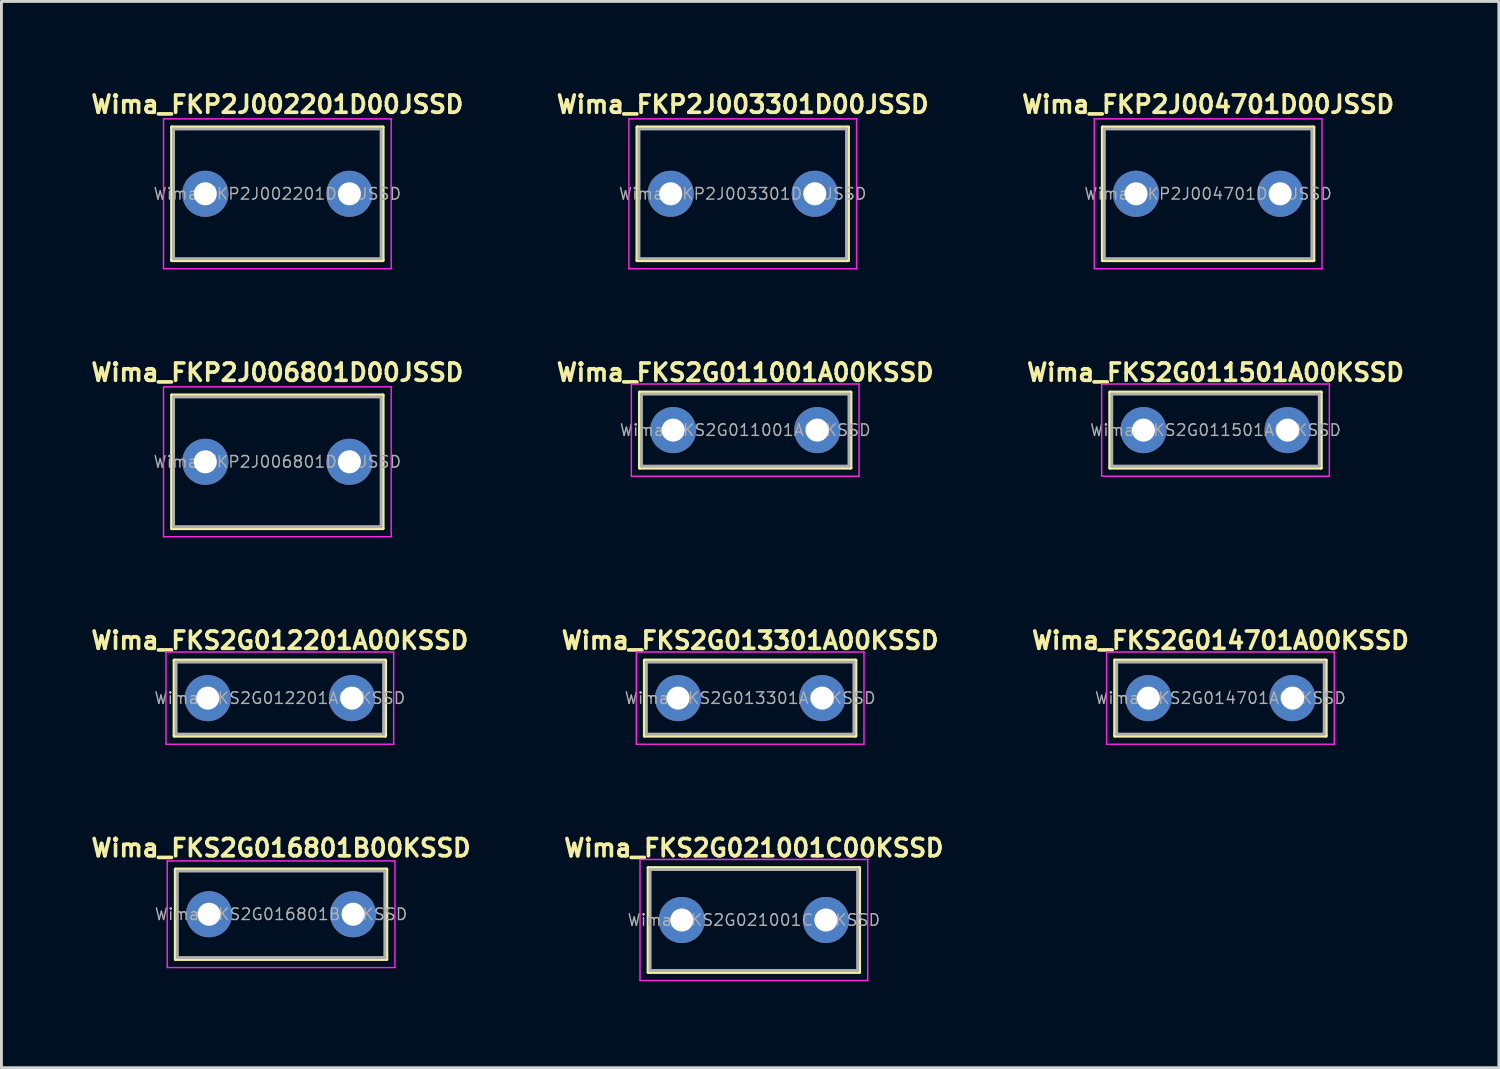
<source format=kicad_pcb>
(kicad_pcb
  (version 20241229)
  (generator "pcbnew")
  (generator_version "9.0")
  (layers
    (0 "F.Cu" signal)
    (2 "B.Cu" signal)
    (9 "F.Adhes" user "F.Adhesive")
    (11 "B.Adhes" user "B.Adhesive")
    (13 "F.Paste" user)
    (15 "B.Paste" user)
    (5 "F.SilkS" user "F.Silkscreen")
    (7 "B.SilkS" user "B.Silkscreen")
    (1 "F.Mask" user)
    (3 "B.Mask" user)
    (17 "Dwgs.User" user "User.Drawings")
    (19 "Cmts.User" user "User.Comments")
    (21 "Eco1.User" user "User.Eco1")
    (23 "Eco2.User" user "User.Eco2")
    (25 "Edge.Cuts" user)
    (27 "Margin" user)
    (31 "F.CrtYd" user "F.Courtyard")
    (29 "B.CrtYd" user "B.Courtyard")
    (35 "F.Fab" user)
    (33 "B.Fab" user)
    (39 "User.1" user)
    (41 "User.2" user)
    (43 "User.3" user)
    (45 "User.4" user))
  (footprint "Wima_FKS2G021001C00KSSD"
    (layer "F.Cu")
    (at 23.106 28.871)
    (property "Reference" "Wima_FKS2G021001C00KSSD" (at 0 -2.5 0) (layer "F.SilkS") (effects (font (size 0.6 0.6) (thickness 0.127))))
    (attr through_hole)
    (fp_line (start -3.66 -1.81) (end -3.66 1.81) (stroke (width 0.12) (type solid)) (layer "F.SilkS"))
    (fp_line (start -3.66 -1.81) (end 3.66 -1.81) (stroke (width 0.12) (type solid)) (layer "F.SilkS"))
    (fp_line (start -3.66 1.81) (end 3.66 1.81) (stroke (width 0.12) (type solid)) (layer "F.SilkS"))
    (fp_line (start 3.66 -1.81) (end 3.66 1.81) (stroke (width 0.12) (type solid)) (layer "F.SilkS"))
    (fp_line (start -3.95 -2.1) (end -3.95 2.1) (stroke (width 0.05) (type solid)) (layer "F.CrtYd"))
    (fp_line (start -3.95 2.1) (end 3.95 2.1) (stroke (width 0.05) (type solid)) (layer "F.CrtYd"))
    (fp_line (start 3.95 -2.1) (end -3.95 -2.1) (stroke (width 0.05) (type solid)) (layer "F.CrtYd"))
    (fp_line (start 3.95 2.1) (end 3.95 -2.1) (stroke (width 0.05) (type solid)) (layer "F.CrtYd"))
    (fp_line (start -3.6 -1.75) (end -3.6 1.75) (stroke (width 0.1) (type solid)) (layer "F.Fab"))
    (fp_line (start -3.6 1.75) (end 3.6 1.75) (stroke (width 0.1) (type solid)) (layer "F.Fab"))
    (fp_line (start 3.6 -1.75) (end -3.6 -1.75) (stroke (width 0.1) (type solid)) (layer "F.Fab"))
    (fp_line (start 3.6 1.75) (end 3.6 -1.75) (stroke (width 0.1) (type solid)) (layer "F.Fab"))
    (fp_text user "${REFERENCE}" (at 0 0 0) (layer "F.Fab") (effects (font (size 0.4 0.4) (thickness 0.05))))
    (pad "1" thru_hole circle (at -2.5 0) (size 1.6 1.6) (drill 0.8) (layers "*.Cu" "*.Mask"))
    (pad "2" thru_hole circle (at 2.5 0) (size 1.6 1.6) (drill 0.8) (layers "*.Cu" "*.Mask")))
  (footprint "Wima_FKS2G013301A00KSSD"
    (layer "F.Cu")
    (at 22.977 21.172)
    (property "Reference" "Wima_FKS2G013301A00KSSD" (at 0 -2 0) (layer "F.SilkS") (effects (font (size 0.6 0.6) (thickness 0.127))))
    (attr through_hole)
    (fp_line (start -3.66 -1.31) (end -3.66 1.31) (stroke (width 0.12) (type solid)) (layer "F.SilkS"))
    (fp_line (start -3.66 -1.31) (end 3.66 -1.31) (stroke (width 0.12) (type solid)) (layer "F.SilkS"))
    (fp_line (start -3.66 1.31) (end 3.66 1.31) (stroke (width 0.12) (type solid)) (layer "F.SilkS"))
    (fp_line (start 3.66 -1.31) (end 3.66 1.31) (stroke (width 0.12) (type solid)) (layer "F.SilkS"))
    (fp_line (start -3.95 -1.6) (end -3.95 1.6) (stroke (width 0.05) (type solid)) (layer "F.CrtYd"))
    (fp_line (start -3.95 1.6) (end 3.95 1.6) (stroke (width 0.05) (type solid)) (layer "F.CrtYd"))
    (fp_line (start 3.95 -1.6) (end -3.95 -1.6) (stroke (width 0.05) (type solid)) (layer "F.CrtYd"))
    (fp_line (start 3.95 1.6) (end 3.95 -1.6) (stroke (width 0.05) (type solid)) (layer "F.CrtYd"))
    (fp_line (start -3.6 -1.25) (end -3.6 1.25) (stroke (width 0.1) (type solid)) (layer "F.Fab"))
    (fp_line (start -3.6 1.25) (end 3.6 1.25) (stroke (width 0.1) (type solid)) (layer "F.Fab"))
    (fp_line (start 3.6 -1.25) (end -3.6 -1.25) (stroke (width 0.1) (type solid)) (layer "F.Fab"))
    (fp_line (start 3.6 1.25) (end 3.6 -1.25) (stroke (width 0.1) (type solid)) (layer "F.Fab"))
    (fp_text user "${REFERENCE}" (at 0 0 0) (layer "F.Fab") (effects (font (size 0.4 0.4) (thickness 0.05))))
    (pad "1" thru_hole circle (at -2.5 0) (size 1.6 1.6) (drill 0.8) (layers "*.Cu" "*.Mask"))
    (pad "2" thru_hole circle (at 2.5 0) (size 1.6 1.6) (drill 0.8) (layers "*.Cu" "*.Mask")))
  (footprint "Wima_FKP2J003301D00JSSD"
    (layer "F.Cu")
    (at 22.72 3.674)
    (property "Reference" "Wima_FKP2J003301D00JSSD" (at 0 -3.1 0) (layer "F.SilkS") (effects (font (size 0.6 0.6) (thickness 0.127))))
    (attr through_hole)
    (fp_line (start -3.66 -2.31) (end -3.66 2.31) (stroke (width 0.12) (type solid)) (layer "F.SilkS"))
    (fp_line (start -3.66 -2.31) (end 3.66 -2.31) (stroke (width 0.12) (type solid)) (layer "F.SilkS"))
    (fp_line (start -3.66 2.31) (end 3.66 2.31) (stroke (width 0.12) (type solid)) (layer "F.SilkS"))
    (fp_line (start 3.66 -2.31) (end 3.66 2.31) (stroke (width 0.12) (type solid)) (layer "F.SilkS"))
    (fp_line (start -3.95 -2.6) (end -3.95 2.6) (stroke (width 0.05) (type solid)) (layer "F.CrtYd"))
    (fp_line (start -3.95 2.6) (end 3.95 2.6) (stroke (width 0.05) (type solid)) (layer "F.CrtYd"))
    (fp_line (start 3.95 -2.6) (end -3.95 -2.6) (stroke (width 0.05) (type solid)) (layer "F.CrtYd"))
    (fp_line (start 3.95 2.6) (end 3.95 -2.6) (stroke (width 0.05) (type solid)) (layer "F.CrtYd"))
    (fp_line (start -3.6 -2.25) (end -3.6 2.25) (stroke (width 0.1) (type solid)) (layer "F.Fab"))
    (fp_line (start -3.6 2.25) (end 3.6 2.25) (stroke (width 0.1) (type solid)) (layer "F.Fab"))
    (fp_line (start 3.6 -2.25) (end -3.6 -2.25) (stroke (width 0.1) (type solid)) (layer "F.Fab"))
    (fp_line (start 3.6 2.25) (end 3.6 -2.25) (stroke (width 0.1) (type solid)) (layer "F.Fab"))
    (fp_text user "${REFERENCE}" (at 0 0 0) (layer "F.Fab") (effects (font (size 0.4 0.4) (thickness 0.05))))
    (pad "1" thru_hole circle (at -2.5 0) (size 1.6 1.6) (drill 0.8) (layers "*.Cu" "*.Mask"))
    (pad "2" thru_hole circle (at 2.5 0) (size 1.6 1.6) (drill 0.8) (layers "*.Cu" "*.Mask")))
  (footprint "Wima_FKS2G014701A00KSSD"
    (layer "F.Cu")
    (at 39.295 21.172)
    (property "Reference" "Wima_FKS2G014701A00KSSD" (at 0 -2 0) (layer "F.SilkS") (effects (font (size 0.6 0.6) (thickness 0.127))))
    (attr through_hole)
    (fp_line (start -3.66 -1.31) (end -3.66 1.31) (stroke (width 0.12) (type solid)) (layer "F.SilkS"))
    (fp_line (start -3.66 -1.31) (end 3.66 -1.31) (stroke (width 0.12) (type solid)) (layer "F.SilkS"))
    (fp_line (start -3.66 1.31) (end 3.66 1.31) (stroke (width 0.12) (type solid)) (layer "F.SilkS"))
    (fp_line (start 3.66 -1.31) (end 3.66 1.31) (stroke (width 0.12) (type solid)) (layer "F.SilkS"))
    (fp_line (start -3.95 -1.6) (end -3.95 1.6) (stroke (width 0.05) (type solid)) (layer "F.CrtYd"))
    (fp_line (start -3.95 1.6) (end 3.95 1.6) (stroke (width 0.05) (type solid)) (layer "F.CrtYd"))
    (fp_line (start 3.95 -1.6) (end -3.95 -1.6) (stroke (width 0.05) (type solid)) (layer "F.CrtYd"))
    (fp_line (start 3.95 1.6) (end 3.95 -1.6) (stroke (width 0.05) (type solid)) (layer "F.CrtYd"))
    (fp_line (start -3.6 -1.25) (end -3.6 1.25) (stroke (width 0.1) (type solid)) (layer "F.Fab"))
    (fp_line (start -3.6 1.25) (end 3.6 1.25) (stroke (width 0.1) (type solid)) (layer "F.Fab"))
    (fp_line (start 3.6 -1.25) (end -3.6 -1.25) (stroke (width 0.1) (type solid)) (layer "F.Fab"))
    (fp_line (start 3.6 1.25) (end 3.6 -1.25) (stroke (width 0.1) (type solid)) (layer "F.Fab"))
    (fp_text user "${REFERENCE}" (at 0 0 0) (layer "F.Fab") (effects (font (size 0.4 0.4) (thickness 0.05))))
    (pad "1" thru_hole circle (at -2.5 0) (size 1.6 1.6) (drill 0.8) (layers "*.Cu" "*.Mask"))
    (pad "2" thru_hole circle (at 2.5 0) (size 1.6 1.6) (drill 0.8) (layers "*.Cu" "*.Mask")))
  (footprint "Wima_FKS2G011001A00KSSD"
    (layer "F.Cu")
    (at 22.806 11.873)
    (property "Reference" "Wima_FKS2G011001A00KSSD" (at 0 -2 0) (layer "F.SilkS") (effects (font (size 0.6 0.6) (thickness 0.127))))
    (attr through_hole)
    (fp_line (start -3.66 -1.31) (end -3.66 1.31) (stroke (width 0.12) (type solid)) (layer "F.SilkS"))
    (fp_line (start -3.66 -1.31) (end 3.66 -1.31) (stroke (width 0.12) (type solid)) (layer "F.SilkS"))
    (fp_line (start -3.66 1.31) (end 3.66 1.31) (stroke (width 0.12) (type solid)) (layer "F.SilkS"))
    (fp_line (start 3.66 -1.31) (end 3.66 1.31) (stroke (width 0.12) (type solid)) (layer "F.SilkS"))
    (fp_line (start -3.95 -1.6) (end -3.95 1.6) (stroke (width 0.05) (type solid)) (layer "F.CrtYd"))
    (fp_line (start -3.95 1.6) (end 3.95 1.6) (stroke (width 0.05) (type solid)) (layer "F.CrtYd"))
    (fp_line (start 3.95 -1.6) (end -3.95 -1.6) (stroke (width 0.05) (type solid)) (layer "F.CrtYd"))
    (fp_line (start 3.95 1.6) (end 3.95 -1.6) (stroke (width 0.05) (type solid)) (layer "F.CrtYd"))
    (fp_line (start -3.6 -1.25) (end -3.6 1.25) (stroke (width 0.1) (type solid)) (layer "F.Fab"))
    (fp_line (start -3.6 1.25) (end 3.6 1.25) (stroke (width 0.1) (type solid)) (layer "F.Fab"))
    (fp_line (start 3.6 -1.25) (end -3.6 -1.25) (stroke (width 0.1) (type solid)) (layer "F.Fab"))
    (fp_line (start 3.6 1.25) (end 3.6 -1.25) (stroke (width 0.1) (type solid)) (layer "F.Fab"))
    (fp_text user "${REFERENCE}" (at 0 0 0) (layer "F.Fab") (effects (font (size 0.4 0.4) (thickness 0.05))))
    (pad "1" thru_hole circle (at -2.5 0) (size 1.6 1.6) (drill 0.8) (layers "*.Cu" "*.Mask"))
    (pad "2" thru_hole circle (at 2.5 0) (size 1.6 1.6) (drill 0.8) (layers "*.Cu" "*.Mask")))
  (footprint "Wima_FKS2G011501A00KSSD"
    (layer "F.Cu")
    (at 39.124 11.873)
    (property "Reference" "Wima_FKS2G011501A00KSSD" (at 0 -2 0) (layer "F.SilkS") (effects (font (size 0.6 0.6) (thickness 0.127))))
    (attr through_hole)
    (fp_line (start -3.66 -1.31) (end -3.66 1.31) (stroke (width 0.12) (type solid)) (layer "F.SilkS"))
    (fp_line (start -3.66 -1.31) (end 3.66 -1.31) (stroke (width 0.12) (type solid)) (layer "F.SilkS"))
    (fp_line (start -3.66 1.31) (end 3.66 1.31) (stroke (width 0.12) (type solid)) (layer "F.SilkS"))
    (fp_line (start 3.66 -1.31) (end 3.66 1.31) (stroke (width 0.12) (type solid)) (layer "F.SilkS"))
    (fp_line (start -3.95 -1.6) (end -3.95 1.6) (stroke (width 0.05) (type solid)) (layer "F.CrtYd"))
    (fp_line (start -3.95 1.6) (end 3.95 1.6) (stroke (width 0.05) (type solid)) (layer "F.CrtYd"))
    (fp_line (start 3.95 -1.6) (end -3.95 -1.6) (stroke (width 0.05) (type solid)) (layer "F.CrtYd"))
    (fp_line (start 3.95 1.6) (end 3.95 -1.6) (stroke (width 0.05) (type solid)) (layer "F.CrtYd"))
    (fp_line (start -3.6 -1.25) (end -3.6 1.25) (stroke (width 0.1) (type solid)) (layer "F.Fab"))
    (fp_line (start -3.6 1.25) (end 3.6 1.25) (stroke (width 0.1) (type solid)) (layer "F.Fab"))
    (fp_line (start 3.6 -1.25) (end -3.6 -1.25) (stroke (width 0.1) (type solid)) (layer "F.Fab"))
    (fp_line (start 3.6 1.25) (end 3.6 -1.25) (stroke (width 0.1) (type solid)) (layer "F.Fab"))
    (fp_text user "${REFERENCE}" (at 0 0 0) (layer "F.Fab") (effects (font (size 0.4 0.4) (thickness 0.05))))
    (pad "1" thru_hole circle (at -2.5 0) (size 1.6 1.6) (drill 0.8) (layers "*.Cu" "*.Mask"))
    (pad "2" thru_hole circle (at 2.5 0) (size 1.6 1.6) (drill 0.8) (layers "*.Cu" "*.Mask")))
  (footprint "Wima_FKS2G012201A00KSSD"
    (layer "F.Cu")
    (at 6.659 21.172)
    (property "Reference" "Wima_FKS2G012201A00KSSD" (at 0 -2 0) (layer "F.SilkS") (effects (font (size 0.6 0.6) (thickness 0.127))))
    (attr through_hole)
    (fp_line (start -3.66 -1.31) (end -3.66 1.31) (stroke (width 0.12) (type solid)) (layer "F.SilkS"))
    (fp_line (start -3.66 -1.31) (end 3.66 -1.31) (stroke (width 0.12) (type solid)) (layer "F.SilkS"))
    (fp_line (start -3.66 1.31) (end 3.66 1.31) (stroke (width 0.12) (type solid)) (layer "F.SilkS"))
    (fp_line (start 3.66 -1.31) (end 3.66 1.31) (stroke (width 0.12) (type solid)) (layer "F.SilkS"))
    (fp_line (start -3.95 -1.6) (end -3.95 1.6) (stroke (width 0.05) (type solid)) (layer "F.CrtYd"))
    (fp_line (start -3.95 1.6) (end 3.95 1.6) (stroke (width 0.05) (type solid)) (layer "F.CrtYd"))
    (fp_line (start 3.95 -1.6) (end -3.95 -1.6) (stroke (width 0.05) (type solid)) (layer "F.CrtYd"))
    (fp_line (start 3.95 1.6) (end 3.95 -1.6) (stroke (width 0.05) (type solid)) (layer "F.CrtYd"))
    (fp_line (start -3.6 -1.25) (end -3.6 1.25) (stroke (width 0.1) (type solid)) (layer "F.Fab"))
    (fp_line (start -3.6 1.25) (end 3.6 1.25) (stroke (width 0.1) (type solid)) (layer "F.Fab"))
    (fp_line (start 3.6 -1.25) (end -3.6 -1.25) (stroke (width 0.1) (type solid)) (layer "F.Fab"))
    (fp_line (start 3.6 1.25) (end 3.6 -1.25) (stroke (width 0.1) (type solid)) (layer "F.Fab"))
    (fp_text user "${REFERENCE}" (at 0 0 0) (layer "F.Fab") (effects (font (size 0.4 0.4) (thickness 0.05))))
    (pad "1" thru_hole circle (at -2.5 0) (size 1.6 1.6) (drill 0.8) (layers "*.Cu" "*.Mask"))
    (pad "2" thru_hole circle (at 2.5 0) (size 1.6 1.6) (drill 0.8) (layers "*.Cu" "*.Mask")))
  (footprint "Wima_FKP2J004701D00JSSD"
    (layer "F.Cu")
    (at 38.867 3.674)
    (property "Reference" "Wima_FKP2J004701D00JSSD" (at 0 -3.1 0) (layer "F.SilkS") (effects (font (size 0.6 0.6) (thickness 0.127))))
    (attr through_hole)
    (fp_line (start -3.66 -2.31) (end -3.66 2.31) (stroke (width 0.12) (type solid)) (layer "F.SilkS"))
    (fp_line (start -3.66 -2.31) (end 3.66 -2.31) (stroke (width 0.12) (type solid)) (layer "F.SilkS"))
    (fp_line (start -3.66 2.31) (end 3.66 2.31) (stroke (width 0.12) (type solid)) (layer "F.SilkS"))
    (fp_line (start 3.66 -2.31) (end 3.66 2.31) (stroke (width 0.12) (type solid)) (layer "F.SilkS"))
    (fp_line (start -3.95 -2.6) (end -3.95 2.6) (stroke (width 0.05) (type solid)) (layer "F.CrtYd"))
    (fp_line (start -3.95 2.6) (end 3.95 2.6) (stroke (width 0.05) (type solid)) (layer "F.CrtYd"))
    (fp_line (start 3.95 -2.6) (end -3.95 -2.6) (stroke (width 0.05) (type solid)) (layer "F.CrtYd"))
    (fp_line (start 3.95 2.6) (end 3.95 -2.6) (stroke (width 0.05) (type solid)) (layer "F.CrtYd"))
    (fp_line (start -3.6 -2.25) (end -3.6 2.25) (stroke (width 0.1) (type solid)) (layer "F.Fab"))
    (fp_line (start -3.6 2.25) (end 3.6 2.25) (stroke (width 0.1) (type solid)) (layer "F.Fab"))
    (fp_line (start 3.6 -2.25) (end -3.6 -2.25) (stroke (width 0.1) (type solid)) (layer "F.Fab"))
    (fp_line (start 3.6 2.25) (end 3.6 -2.25) (stroke (width 0.1) (type solid)) (layer "F.Fab"))
    (fp_text user "${REFERENCE}" (at 0 0 0) (layer "F.Fab") (effects (font (size 0.4 0.4) (thickness 0.05))))
    (pad "1" thru_hole circle (at -2.5 0) (size 1.6 1.6) (drill 0.8) (layers "*.Cu" "*.Mask"))
    (pad "2" thru_hole circle (at 2.5 0) (size 1.6 1.6) (drill 0.8) (layers "*.Cu" "*.Mask")))
  (footprint "Wima_FKP2J002201D00JSSD"
    (layer "F.Cu")
    (at 6.573 3.674)
    (property "Reference" "Wima_FKP2J002201D00JSSD" (at 0 -3.1 0) (layer "F.SilkS") (effects (font (size 0.6 0.6) (thickness 0.127))))
    (attr through_hole)
    (fp_line (start -3.66 -2.31) (end -3.66 2.31) (stroke (width 0.12) (type solid)) (layer "F.SilkS"))
    (fp_line (start -3.66 -2.31) (end 3.66 -2.31) (stroke (width 0.12) (type solid)) (layer "F.SilkS"))
    (fp_line (start -3.66 2.31) (end 3.66 2.31) (stroke (width 0.12) (type solid)) (layer "F.SilkS"))
    (fp_line (start 3.66 -2.31) (end 3.66 2.31) (stroke (width 0.12) (type solid)) (layer "F.SilkS"))
    (fp_line (start -3.95 -2.6) (end -3.95 2.6) (stroke (width 0.05) (type solid)) (layer "F.CrtYd"))
    (fp_line (start -3.95 2.6) (end 3.95 2.6) (stroke (width 0.05) (type solid)) (layer "F.CrtYd"))
    (fp_line (start 3.95 -2.6) (end -3.95 -2.6) (stroke (width 0.05) (type solid)) (layer "F.CrtYd"))
    (fp_line (start 3.95 2.6) (end 3.95 -2.6) (stroke (width 0.05) (type solid)) (layer "F.CrtYd"))
    (fp_line (start -3.6 -2.25) (end -3.6 2.25) (stroke (width 0.1) (type solid)) (layer "F.Fab"))
    (fp_line (start -3.6 2.25) (end 3.6 2.25) (stroke (width 0.1) (type solid)) (layer "F.Fab"))
    (fp_line (start 3.6 -2.25) (end -3.6 -2.25) (stroke (width 0.1) (type solid)) (layer "F.Fab"))
    (fp_line (start 3.6 2.25) (end 3.6 -2.25) (stroke (width 0.1) (type solid)) (layer "F.Fab"))
    (fp_text user "${REFERENCE}" (at 0 0 0) (layer "F.Fab") (effects (font (size 0.4 0.4) (thickness 0.05))))
    (pad "1" thru_hole circle (at -2.5 0) (size 1.6 1.6) (drill 0.8) (layers "*.Cu" "*.Mask"))
    (pad "2" thru_hole circle (at 2.5 0) (size 1.6 1.6) (drill 0.8) (layers "*.Cu" "*.Mask")))
  (footprint "Wima_FKS2G016801B00KSSD"
    (layer "F.Cu")
    (at 6.702 28.671)
    (property "Reference" "Wima_FKS2G016801B00KSSD" (at 0 -2.3 0) (layer "F.SilkS") (effects (font (size 0.6 0.6) (thickness 0.127))))
    (attr through_hole)
    (fp_line (start -3.66 -1.56) (end -3.66 1.56) (stroke (width 0.12) (type solid)) (layer "F.SilkS"))
    (fp_line (start -3.66 -1.56) (end 3.66 -1.56) (stroke (width 0.12) (type solid)) (layer "F.SilkS"))
    (fp_line (start -3.66 1.56) (end 3.66 1.56) (stroke (width 0.12) (type solid)) (layer "F.SilkS"))
    (fp_line (start 3.66 -1.56) (end 3.66 1.56) (stroke (width 0.12) (type solid)) (layer "F.SilkS"))
    (fp_line (start -3.95 -1.85) (end -3.95 1.85) (stroke (width 0.05) (type solid)) (layer "F.CrtYd"))
    (fp_line (start -3.95 1.85) (end 3.95 1.85) (stroke (width 0.05) (type solid)) (layer "F.CrtYd"))
    (fp_line (start 3.95 -1.85) (end -3.95 -1.85) (stroke (width 0.05) (type solid)) (layer "F.CrtYd"))
    (fp_line (start 3.95 1.85) (end 3.95 -1.85) (stroke (width 0.05) (type solid)) (layer "F.CrtYd"))
    (fp_line (start -3.6 -1.5) (end -3.6 1.5) (stroke (width 0.1) (type solid)) (layer "F.Fab"))
    (fp_line (start -3.6 1.5) (end 3.6 1.5) (stroke (width 0.1) (type solid)) (layer "F.Fab"))
    (fp_line (start 3.6 -1.5) (end -3.6 -1.5) (stroke (width 0.1) (type solid)) (layer "F.Fab"))
    (fp_line (start 3.6 1.5) (end 3.6 -1.5) (stroke (width 0.1) (type solid)) (layer "F.Fab"))
    (fp_text user "${REFERENCE}" (at 0 0 0) (layer "F.Fab") (effects (font (size 0.4 0.4) (thickness 0.05))))
    (pad "1" thru_hole circle (at -2.5 0) (size 1.6 1.6) (drill 0.8) (layers "*.Cu" "*.Mask"))
    (pad "2" thru_hole circle (at 2.5 0) (size 1.6 1.6) (drill 0.8) (layers "*.Cu" "*.Mask")))
  (footprint "Wima_FKP2J006801D00JSSD"
    (layer "F.Cu")
    (at 6.573 12.973)
    (property "Reference" "Wima_FKP2J006801D00JSSD" (at 0 -3.1 0) (layer "F.SilkS") (effects (font (size 0.6 0.6) (thickness 0.127))))
    (attr through_hole)
    (fp_line (start -3.66 -2.31) (end -3.66 2.31) (stroke (width 0.12) (type solid)) (layer "F.SilkS"))
    (fp_line (start -3.66 -2.31) (end 3.66 -2.31) (stroke (width 0.12) (type solid)) (layer "F.SilkS"))
    (fp_line (start -3.66 2.31) (end 3.66 2.31) (stroke (width 0.12) (type solid)) (layer "F.SilkS"))
    (fp_line (start 3.66 -2.31) (end 3.66 2.31) (stroke (width 0.12) (type solid)) (layer "F.SilkS"))
    (fp_line (start -3.95 -2.6) (end -3.95 2.6) (stroke (width 0.05) (type solid)) (layer "F.CrtYd"))
    (fp_line (start -3.95 2.6) (end 3.95 2.6) (stroke (width 0.05) (type solid)) (layer "F.CrtYd"))
    (fp_line (start 3.95 -2.6) (end -3.95 -2.6) (stroke (width 0.05) (type solid)) (layer "F.CrtYd"))
    (fp_line (start 3.95 2.6) (end 3.95 -2.6) (stroke (width 0.05) (type solid)) (layer "F.CrtYd"))
    (fp_line (start -3.6 -2.25) (end -3.6 2.25) (stroke (width 0.1) (type solid)) (layer "F.Fab"))
    (fp_line (start -3.6 2.25) (end 3.6 2.25) (stroke (width 0.1) (type solid)) (layer "F.Fab"))
    (fp_line (start 3.6 -2.25) (end -3.6 -2.25) (stroke (width 0.1) (type solid)) (layer "F.Fab"))
    (fp_line (start 3.6 2.25) (end 3.6 -2.25) (stroke (width 0.1) (type solid)) (layer "F.Fab"))
    (fp_text user "${REFERENCE}" (at 0 0 0) (layer "F.Fab") (effects (font (size 0.4 0.4) (thickness 0.05))))
    (pad "1" thru_hole circle (at -2.5 0) (size 1.6 1.6) (drill 0.8) (layers "*.Cu" "*.Mask"))
    (pad "2" thru_hole circle (at 2.5 0) (size 1.6 1.6) (drill 0.8) (layers "*.Cu" "*.Mask")))
  (gr_rect
    (start -3 -3)
    (end 48.954 33.996)
    (stroke (width 0.1) (type default))
    (fill no)
    (layer "Edge.Cuts")))
</source>
